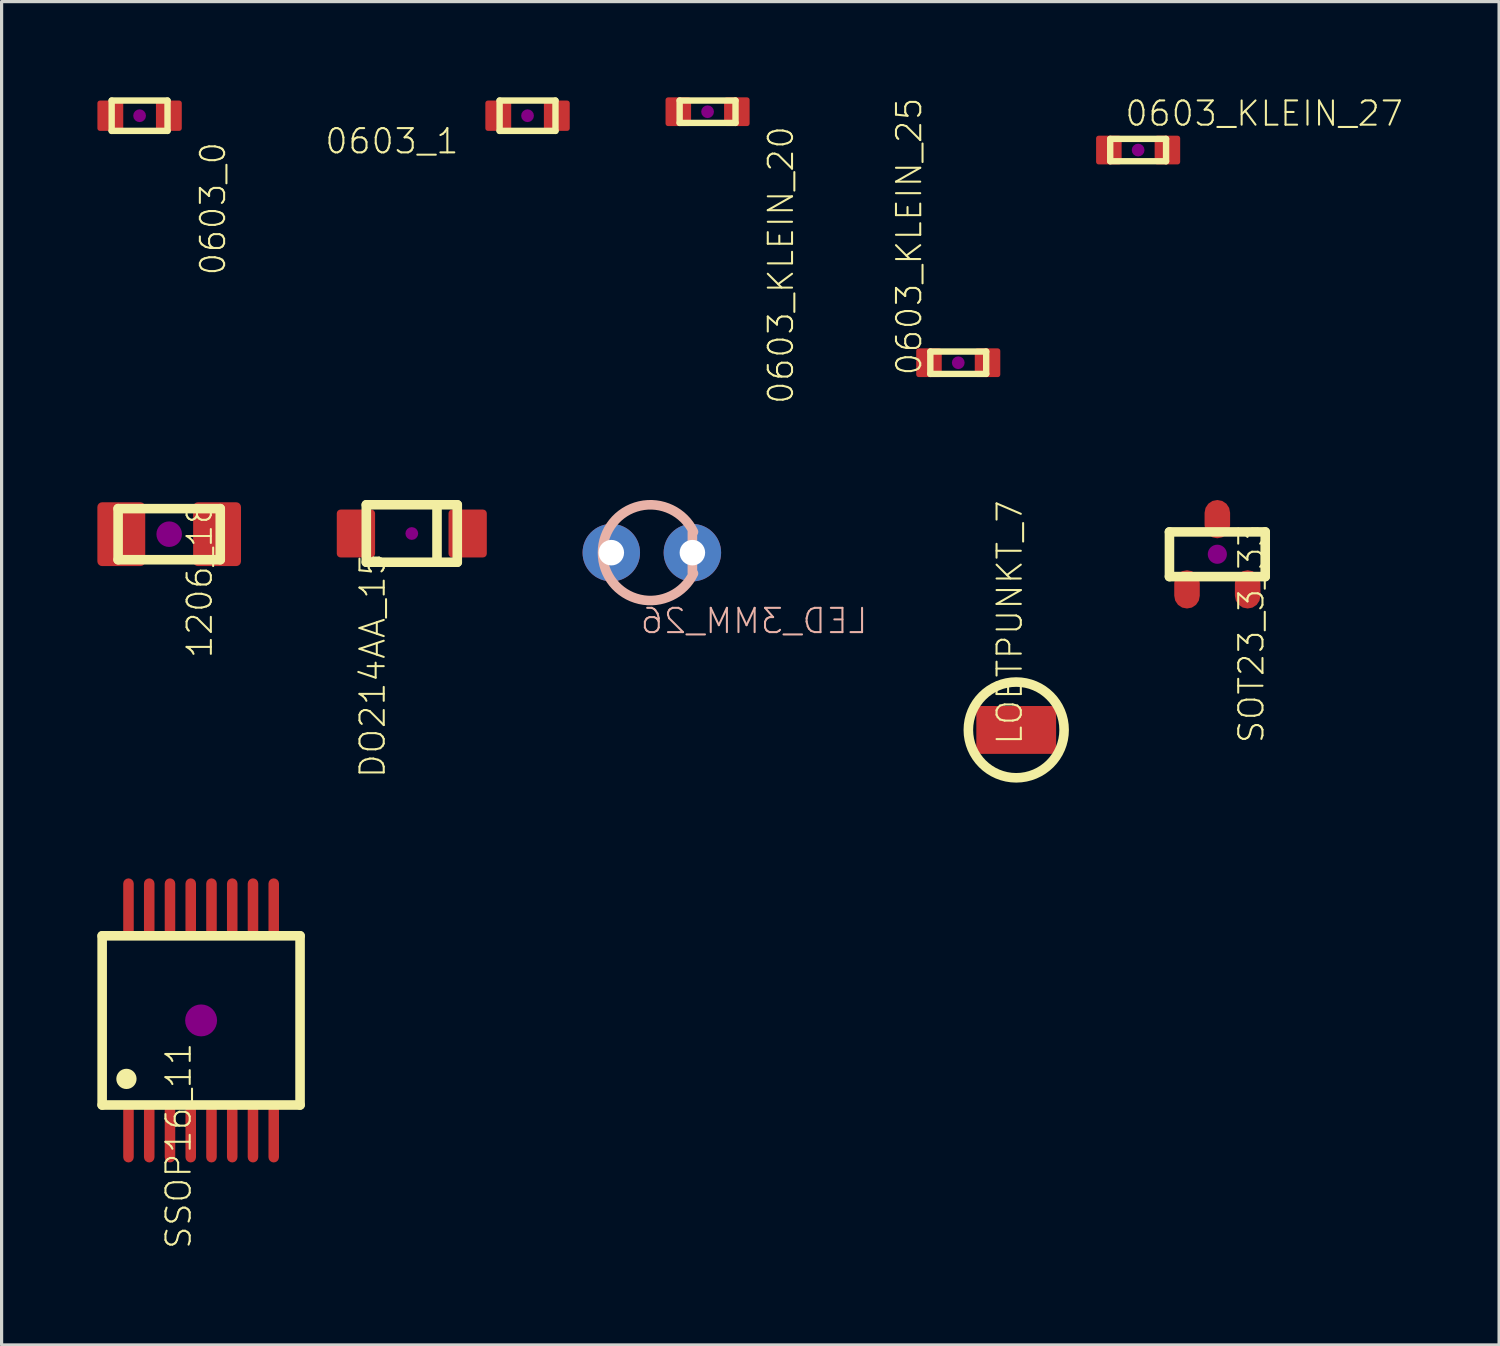
<source format=kicad_pcb>
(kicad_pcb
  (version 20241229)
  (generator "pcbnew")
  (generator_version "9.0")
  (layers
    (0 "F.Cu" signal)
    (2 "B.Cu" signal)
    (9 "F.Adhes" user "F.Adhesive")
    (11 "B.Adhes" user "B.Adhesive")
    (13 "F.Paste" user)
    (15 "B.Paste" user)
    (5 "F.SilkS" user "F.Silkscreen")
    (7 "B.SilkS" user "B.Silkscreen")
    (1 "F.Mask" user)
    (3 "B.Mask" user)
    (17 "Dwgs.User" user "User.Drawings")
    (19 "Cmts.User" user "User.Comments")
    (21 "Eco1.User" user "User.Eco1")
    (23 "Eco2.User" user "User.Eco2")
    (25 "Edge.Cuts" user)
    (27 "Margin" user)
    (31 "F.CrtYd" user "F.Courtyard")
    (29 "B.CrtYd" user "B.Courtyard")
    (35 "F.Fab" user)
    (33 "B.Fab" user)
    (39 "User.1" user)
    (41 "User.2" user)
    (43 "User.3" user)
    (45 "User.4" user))
  (footprint "0603_KLEIN_27"
    (layer "F.Cu")
    (at 32.604 1.651)
    (property "Reference" "0603_KLEIN_27" (at -0.455 -0.699 0) (layer "F.SilkS") (effects (font (size 0.76 0.76) (thickness 0.064)) (justify left bottom)))
    (attr through_hole)
    (fp_line (start -0.875 0.35) (end -0.875 -0.35) (stroke (width 0.2) (type solid)) (layer "F.SilkS"))
    (fp_line (start -0.875 0.35) (end 0.875 0.35) (stroke (width 0.2) (type solid)) (layer "F.SilkS"))
    (fp_line (start 0.875 -0.35) (end -0.875 -0.35) (stroke (width 0.2) (type solid)) (layer "F.SilkS"))
    (fp_line (start 0.875 0.35) (end 0.875 -0.35) (stroke (width 0.2) (type solid)) (layer "F.SilkS"))
    (fp_circle (center 0 0) (end 0.1 0) (stroke (width 0.2) (type solid)) (fill no) (layer "F.Adhes"))
    (pad "1" smd roundrect (at -0.917 0 90) (size 0.9 0.8) (layers "F.Cu" "F.Mask" "F.Paste") (roundrect_rratio 0.1))
    (pad "2" smd roundrect (at 0.917 0 90) (size 0.9 0.8) (layers "F.Cu" "F.Mask" "F.Paste") (roundrect_rratio 0.1)))
  (footprint "0603_KLEIN_25"
    (layer "F.Cu")
    (at 26.969 8.313)
    (property "Reference" "0603_KLEIN_25" (at -1.095 0.449 90) (layer "F.SilkS") (effects (font (size 0.76 0.76) (thickness 0.064)) (justify left bottom)))
    (attr through_hole)
    (fp_line (start -0.875 0.35) (end -0.875 -0.35) (stroke (width 0.2) (type solid)) (layer "F.SilkS"))
    (fp_line (start -0.875 0.35) (end 0.875 0.35) (stroke (width 0.2) (type solid)) (layer "F.SilkS"))
    (fp_line (start 0.875 -0.35) (end -0.875 -0.35) (stroke (width 0.2) (type solid)) (layer "F.SilkS"))
    (fp_line (start 0.875 0.35) (end 0.875 -0.35) (stroke (width 0.2) (type solid)) (layer "F.SilkS"))
    (fp_circle (center 0 0) (end 0.1 0) (stroke (width 0.2) (type solid)) (fill no) (layer "F.Adhes"))
    (pad "1" smd roundrect (at -0.917 0 90) (size 0.9 0.8) (layers "F.Cu" "F.Mask" "F.Paste") (roundrect_rratio 0.1))
    (pad "2" smd roundrect (at 0.917 0 90) (size 0.9 0.8) (layers "F.Cu" "F.Mask" "F.Paste") (roundrect_rratio 0.1)))
  (footprint "LOETPUNKT_7"
    (layer "F.Cu")
    (at 28.785 19.816)
    (property "Reference" "LOETPUNKT_7" (at 0.24 0.51 90) (layer "F.SilkS") (effects (font (size 0.76 0.76) (thickness 0.064)) (justify left bottom)))
    (attr through_hole)
    (fp_circle (center 0 0) (end 1.5 0) (stroke (width 0.3) (type solid)) (fill no) (layer "F.SilkS"))
    (pad "1" smd roundrect (at 0 0) (size 2.5 1.5) (layers "F.Cu" "F.Mask" "F.Paste") (roundrect_rratio 0.1)))
  (footprint "LED_3MM_26"
    (layer "F.Cu")
    (at 17.37 14.263)
    (property "Reference" "LED_3MM_26" (at -0.405 2.585 0) (layer "B.SilkS") (effects (font (size 0.76 0.76) (thickness 0.064)) (justify right bottom mirror)))
    (attr through_hole)
    (fp_line (start 1.27 -0.635) (end 1.27 0.635) (stroke (width 0.3) (type solid)) (layer "B.SilkS"))
    (fp_arc (start 1.304933 0.651903) (mid -1.545999 0) (end 1.304933 -0.651904) (stroke (width 0.3) (type solid)) (layer "B.SilkS"))
    (pad "1" thru_hole circle (at 1.27 0) (size 1.8 1.8) (drill 0.8) (layers "*.Cu" "*.Mask"))
    (pad "2" thru_hole circle (at -1.27 0) (size 1.8 1.8) (drill 0.8) (layers "*.Cu" "*.Mask")))
  (footprint "SSOP16_11"
    (layer "F.Cu")
    (at 3.25 28.916)
    (property "Reference" "SSOP16_11" (at -1.15 0.648 90) (layer "F.SilkS") (effects (font (size 0.76 0.76) (thickness 0.064)) (justify right top)))
    (attr through_hole)
    (fp_poly (pts (xy -2.11 -4.285) (xy -2.123 -4.348) (xy -2.158 -4.402) (xy -2.212 -4.437) (xy -2.275 -4.45) (xy -2.338 -4.437) (xy -2.392 -4.402) (xy -2.427 -4.348) (xy -2.44 -4.285) (xy -2.44 -2.815) (xy -2.427 -2.752) (xy -2.392 -2.698) (xy -2.338 -2.663) (xy -2.275 -2.65) (xy -2.212 -2.663) (xy -2.158 -2.698) (xy -2.123 -2.752) (xy -2.11 -2.815)) (stroke (width 0) (type solid)) (fill yes) (layer "F.Cu"))
    (fp_poly (pts (xy -2.11 2.815) (xy -2.123 2.752) (xy -2.158 2.698) (xy -2.212 2.663) (xy -2.275 2.65) (xy -2.338 2.663) (xy -2.392 2.698) (xy -2.427 2.752) (xy -2.44 2.815) (xy -2.44 4.285) (xy -2.427 4.348) (xy -2.392 4.402) (xy -2.338 4.437) (xy -2.275 4.45) (xy -2.212 4.437) (xy -2.158 4.402) (xy -2.123 4.348) (xy -2.11 4.285)) (stroke (width 0) (type solid)) (fill yes) (layer "F.Cu"))
    (fp_poly (pts (xy -1.46 -4.285) (xy -1.473 -4.348) (xy -1.508 -4.402) (xy -1.562 -4.437) (xy -1.625 -4.45) (xy -1.688 -4.437) (xy -1.742 -4.402) (xy -1.777 -4.348) (xy -1.79 -4.285) (xy -1.79 -2.815) (xy -1.777 -2.752) (xy -1.742 -2.698) (xy -1.688 -2.663) (xy -1.625 -2.65) (xy -1.562 -2.663) (xy -1.508 -2.698) (xy -1.473 -2.752) (xy -1.46 -2.815)) (stroke (width 0) (type solid)) (fill yes) (layer "F.Cu"))
    (fp_poly (pts (xy -1.46 2.815) (xy -1.473 2.752) (xy -1.508 2.698) (xy -1.562 2.663) (xy -1.625 2.65) (xy -1.688 2.663) (xy -1.742 2.698) (xy -1.777 2.752) (xy -1.79 2.815) (xy -1.79 4.285) (xy -1.777 4.348) (xy -1.742 4.402) (xy -1.688 4.437) (xy -1.625 4.45) (xy -1.562 4.437) (xy -1.508 4.402) (xy -1.473 4.348) (xy -1.46 4.285)) (stroke (width 0) (type solid)) (fill yes) (layer "F.Cu"))
    (fp_poly (pts (xy -0.81 -4.285) (xy -0.823 -4.348) (xy -0.858 -4.402) (xy -0.912 -4.437) (xy -0.975 -4.45) (xy -1.038 -4.437) (xy -1.092 -4.402) (xy -1.127 -4.348) (xy -1.14 -4.285) (xy -1.14 -2.815) (xy -1.127 -2.752) (xy -1.092 -2.698) (xy -1.038 -2.663) (xy -0.975 -2.65) (xy -0.912 -2.663) (xy -0.858 -2.698) (xy -0.823 -2.752) (xy -0.81 -2.815)) (stroke (width 0) (type solid)) (fill yes) (layer "F.Cu"))
    (fp_poly (pts (xy -0.81 2.815) (xy -0.823 2.752) (xy -0.858 2.698) (xy -0.912 2.663) (xy -0.975 2.65) (xy -1.038 2.663) (xy -1.092 2.698) (xy -1.127 2.752) (xy -1.14 2.815) (xy -1.14 4.285) (xy -1.127 4.348) (xy -1.092 4.402) (xy -1.038 4.437) (xy -0.975 4.45) (xy -0.912 4.437) (xy -0.858 4.402) (xy -0.823 4.348) (xy -0.81 4.285)) (stroke (width 0) (type solid)) (fill yes) (layer "F.Cu"))
    (fp_poly (pts (xy -0.16 -4.285) (xy -0.173 -4.348) (xy -0.208 -4.402) (xy -0.262 -4.437) (xy -0.325 -4.45) (xy -0.388 -4.437) (xy -0.442 -4.402) (xy -0.477 -4.348) (xy -0.49 -4.285) (xy -0.49 -2.815) (xy -0.477 -2.752) (xy -0.442 -2.698) (xy -0.388 -2.663) (xy -0.325 -2.65) (xy -0.262 -2.663) (xy -0.208 -2.698) (xy -0.173 -2.752) (xy -0.16 -2.815)) (stroke (width 0) (type solid)) (fill yes) (layer "F.Cu"))
    (fp_poly (pts (xy -0.16 2.815) (xy -0.173 2.752) (xy -0.208 2.698) (xy -0.262 2.663) (xy -0.325 2.65) (xy -0.388 2.663) (xy -0.442 2.698) (xy -0.477 2.752) (xy -0.49 2.815) (xy -0.49 4.285) (xy -0.477 4.348) (xy -0.442 4.402) (xy -0.388 4.437) (xy -0.325 4.45) (xy -0.262 4.437) (xy -0.208 4.402) (xy -0.173 4.348) (xy -0.16 4.285)) (stroke (width 0) (type solid)) (fill yes) (layer "F.Cu"))
    (fp_poly (pts (xy 0.49 -4.285) (xy 0.477 -4.348) (xy 0.442 -4.402) (xy 0.388 -4.437) (xy 0.325 -4.45) (xy 0.262 -4.437) (xy 0.208 -4.402) (xy 0.173 -4.348) (xy 0.16 -4.285) (xy 0.16 -2.815) (xy 0.173 -2.752) (xy 0.208 -2.698) (xy 0.262 -2.663) (xy 0.325 -2.65) (xy 0.388 -2.663) (xy 0.442 -2.698) (xy 0.477 -2.752) (xy 0.49 -2.815)) (stroke (width 0) (type solid)) (fill yes) (layer "F.Cu"))
    (fp_poly (pts (xy 0.49 2.815) (xy 0.477 2.752) (xy 0.442 2.698) (xy 0.388 2.663) (xy 0.325 2.65) (xy 0.262 2.663) (xy 0.208 2.698) (xy 0.173 2.752) (xy 0.16 2.815) (xy 0.16 4.285) (xy 0.173 4.348) (xy 0.208 4.402) (xy 0.262 4.437) (xy 0.325 4.45) (xy 0.388 4.437) (xy 0.442 4.402) (xy 0.477 4.348) (xy 0.49 4.285)) (stroke (width 0) (type solid)) (fill yes) (layer "F.Cu"))
    (fp_poly (pts (xy 1.14 -4.285) (xy 1.127 -4.348) (xy 1.092 -4.402) (xy 1.038 -4.437) (xy 0.975 -4.45) (xy 0.912 -4.437) (xy 0.858 -4.402) (xy 0.823 -4.348) (xy 0.81 -4.285) (xy 0.81 -2.815) (xy 0.823 -2.752) (xy 0.858 -2.698) (xy 0.912 -2.663) (xy 0.975 -2.65) (xy 1.038 -2.663) (xy 1.092 -2.698) (xy 1.127 -2.752) (xy 1.14 -2.815)) (stroke (width 0) (type solid)) (fill yes) (layer "F.Cu"))
    (fp_poly (pts (xy 1.14 2.815) (xy 1.127 2.752) (xy 1.092 2.698) (xy 1.038 2.663) (xy 0.975 2.65) (xy 0.912 2.663) (xy 0.858 2.698) (xy 0.823 2.752) (xy 0.81 2.815) (xy 0.81 4.285) (xy 0.823 4.348) (xy 0.858 4.402) (xy 0.912 4.437) (xy 0.975 4.45) (xy 1.038 4.437) (xy 1.092 4.402) (xy 1.127 4.348) (xy 1.14 4.285)) (stroke (width 0) (type solid)) (fill yes) (layer "F.Cu"))
    (fp_poly (pts (xy 1.79 -4.285) (xy 1.777 -4.348) (xy 1.742 -4.402) (xy 1.688 -4.437) (xy 1.625 -4.45) (xy 1.562 -4.437) (xy 1.508 -4.402) (xy 1.473 -4.348) (xy 1.46 -4.285) (xy 1.46 -2.815) (xy 1.473 -2.752) (xy 1.508 -2.698) (xy 1.562 -2.663) (xy 1.625 -2.65) (xy 1.688 -2.663) (xy 1.742 -2.698) (xy 1.777 -2.752) (xy 1.79 -2.815)) (stroke (width 0) (type solid)) (fill yes) (layer "F.Cu"))
    (fp_poly (pts (xy 1.79 2.815) (xy 1.777 2.752) (xy 1.742 2.698) (xy 1.688 2.663) (xy 1.625 2.65) (xy 1.562 2.663) (xy 1.508 2.698) (xy 1.473 2.752) (xy 1.46 2.815) (xy 1.46 4.285) (xy 1.473 4.348) (xy 1.508 4.402) (xy 1.562 4.437) (xy 1.625 4.45) (xy 1.688 4.437) (xy 1.742 4.402) (xy 1.777 4.348) (xy 1.79 4.285)) (stroke (width 0) (type solid)) (fill yes) (layer "F.Cu"))
    (fp_poly (pts (xy 2.44 -4.285) (xy 2.427 -4.348) (xy 2.392 -4.402) (xy 2.338 -4.437) (xy 2.275 -4.45) (xy 2.212 -4.437) (xy 2.158 -4.402) (xy 2.123 -4.348) (xy 2.11 -4.285) (xy 2.11 -2.815) (xy 2.123 -2.752) (xy 2.158 -2.698) (xy 2.212 -2.663) (xy 2.275 -2.65) (xy 2.338 -2.663) (xy 2.392 -2.698) (xy 2.427 -2.752) (xy 2.44 -2.815)) (stroke (width 0) (type solid)) (fill yes) (layer "F.Cu"))
    (fp_poly (pts (xy 2.44 2.815) (xy 2.427 2.752) (xy 2.392 2.698) (xy 2.338 2.663) (xy 2.275 2.65) (xy 2.212 2.663) (xy 2.158 2.698) (xy 2.123 2.752) (xy 2.11 2.815) (xy 2.11 4.285) (xy 2.123 4.348) (xy 2.158 4.402) (xy 2.212 4.437) (xy 2.275 4.45) (xy 2.338 4.437) (xy 2.392 4.402) (xy 2.427 4.348) (xy 2.44 4.285)) (stroke (width 0) (type solid)) (fill yes) (layer "F.Cu"))
    (fp_line (start -3.1 -2.65) (end -3.1 2.65) (stroke (width 0.3) (type solid)) (layer "F.SilkS"))
    (fp_line (start -3.1 2.65) (end 3.1 2.65) (stroke (width 0.3) (type solid)) (layer "F.SilkS"))
    (fp_line (start 3.1 -2.65) (end -3.1 -2.65) (stroke (width 0.3) (type solid)) (layer "F.SilkS"))
    (fp_line (start 3.1 2.65) (end 3.1 -2.65) (stroke (width 0.3) (type solid)) (layer "F.SilkS"))
    (fp_circle (center -2.339 1.832) (end -2.18 1.832) (stroke (width 0.317) (type solid)) (fill no) (layer "F.SilkS"))
    (fp_circle (center 0 0) (end 0.25 0) (stroke (width 0.5) (type solid)) (fill no) (layer "F.Adhes"))
    (pad "1" smd rect (at -2.275 3.55 180) (size 0.165 0.9) (layers "F.Cu" "F.Mask" "F.Paste"))
    (pad "2" smd rect (at -1.625 3.55 180) (size 0.165 0.9) (layers "F.Cu" "F.Mask" "F.Paste"))
    (pad "3" smd rect (at -0.975 3.55 180) (size 0.165 0.9) (layers "F.Cu" "F.Mask" "F.Paste"))
    (pad "4" smd rect (at -0.325 3.55 180) (size 0.165 0.9) (layers "F.Cu" "F.Mask" "F.Paste"))
    (pad "5" smd rect (at 0.325 3.55 180) (size 0.165 0.9) (layers "F.Cu" "F.Mask" "F.Paste"))
    (pad "6" smd rect (at 0.975 3.55 180) (size 0.165 0.9) (layers "F.Cu" "F.Mask" "F.Paste"))
    (pad "7" smd rect (at 1.625 3.55 180) (size 0.165 0.9) (layers "F.Cu" "F.Mask" "F.Paste"))
    (pad "8" smd rect (at 2.275 3.55 180) (size 0.165 0.9) (layers "F.Cu" "F.Mask" "F.Paste"))
    (pad "9" smd rect (at 2.275 -3.55 180) (size 0.165 0.9) (layers "F.Cu" "F.Mask" "F.Paste"))
    (pad "10" smd rect (at 1.625 -3.55 180) (size 0.165 0.9) (layers "F.Cu" "F.Mask" "F.Paste"))
    (pad "11" smd rect (at 0.975 -3.55 180) (size 0.165 0.9) (layers "F.Cu" "F.Mask" "F.Paste"))
    (pad "12" smd rect (at 0.325 -3.55 180) (size 0.165 0.9) (layers "F.Cu" "F.Mask" "F.Paste"))
    (pad "13" smd rect (at -0.325 -3.55 180) (size 0.165 0.9) (layers "F.Cu" "F.Mask" "F.Paste"))
    (pad "14" smd rect (at -0.975 -3.55 180) (size 0.165 0.9) (layers "F.Cu" "F.Mask" "F.Paste"))
    (pad "15" smd rect (at -1.625 -3.55 180) (size 0.165 0.9) (layers "F.Cu" "F.Mask" "F.Paste"))
    (pad "16" smd rect (at -2.275 -3.55 180) (size 0.165 0.9) (layers "F.Cu" "F.Mask" "F.Paste")))
  (footprint "SOT23_3_33"
    (layer "F.Cu")
    (at 35.085 14.313)
    (property "Reference" "SOT23_3_33" (at 0.621 -0.99 90) (layer "F.SilkS") (effects (font (size 0.76 0.76) (thickness 0.064)) (justify right top)))
    (attr through_hole)
    (fp_poly (pts (xy -1.35 1.3) (xy -1.32 1.453) (xy -1.233 1.583) (xy -1.103 1.67) (xy -0.95 1.7) (xy -0.797 1.67) (xy -0.667 1.583) (xy -0.58 1.453) (xy -0.55 1.3) (xy -0.55 0.9) (xy -0.58 0.747) (xy -0.667 0.617) (xy -0.797 0.53) (xy -0.95 0.5) (xy -1.103 0.53) (xy -1.233 0.617) (xy -1.32 0.747) (xy -1.35 0.9)) (stroke (width 0) (type solid)) (fill yes) (layer "F.Cu"))
    (fp_poly (pts (xy -0.4 -0.9) (xy -0.37 -0.747) (xy -0.283 -0.617) (xy -0.153 -0.53) (xy 0 -0.5) (xy 0.153 -0.53) (xy 0.283 -0.617) (xy 0.37 -0.747) (xy 0.4 -0.9) (xy 0.4 -1.3) (xy 0.37 -1.453) (xy 0.283 -1.583) (xy 0.153 -1.67) (xy 0 -1.7) (xy -0.153 -1.67) (xy -0.283 -1.583) (xy -0.37 -1.453) (xy -0.4 -1.3)) (stroke (width 0) (type solid)) (fill yes) (layer "F.Cu"))
    (fp_poly (pts (xy 0.55 1.3) (xy 0.58 1.453) (xy 0.667 1.583) (xy 0.797 1.67) (xy 0.95 1.7) (xy 1.103 1.67) (xy 1.233 1.583) (xy 1.32 1.453) (xy 1.35 1.3) (xy 1.35 0.9) (xy 1.32 0.747) (xy 1.233 0.617) (xy 1.103 0.53) (xy 0.95 0.5) (xy 0.797 0.53) (xy 0.667 0.617) (xy 0.58 0.747) (xy 0.55 0.9)) (stroke (width 0) (type solid)) (fill yes) (layer "F.Cu"))
    (fp_line (start -1.5 -0.7) (end 1.5 -0.7) (stroke (width 0.3) (type solid)) (layer "F.SilkS"))
    (fp_line (start -1.5 0.7) (end -1.5 -0.7) (stroke (width 0.3) (type solid)) (layer "F.SilkS"))
    (fp_line (start 1.5 -0.7) (end 1.5 0.7) (stroke (width 0.3) (type solid)) (layer "F.SilkS"))
    (fp_line (start 1.5 0.7) (end -1.5 0.7) (stroke (width 0.3) (type solid)) (layer "F.SilkS"))
    (fp_circle (center 0 0) (end 0.15 0) (stroke (width 0.3) (type solid)) (fill no) (layer "F.Adhes"))
    (pad "1" smd rect (at -0.95 1.1) (size 0.4 0.6) (layers "F.Cu" "F.Mask" "F.Paste"))
    (pad "2" smd rect (at 0.95 1.1) (size 0.4 0.6) (layers "F.Cu" "F.Mask" "F.Paste"))
    (pad "3" smd rect (at 0 -1.1) (size 0.4 0.6) (layers "F.Cu" "F.Mask" "F.Paste")))
  (footprint "1206_18"
    (layer "F.Cu")
    (at 2.25 13.684)
    (property "Reference" "1206_18" (at 0.512 -1.071 90) (layer "F.SilkS") (effects (font (size 0.76 0.76) (thickness 0.064)) (justify right top)))
    (attr through_hole)
    (fp_line (start -1.6 -0.8) (end 1.6 -0.8) (stroke (width 0.3) (type solid)) (layer "F.SilkS"))
    (fp_line (start -1.6 0.8) (end -1.6 -0.8) (stroke (width 0.3) (type solid)) (layer "F.SilkS"))
    (fp_line (start 1.6 -0.8) (end 1.6 0.8) (stroke (width 0.3) (type solid)) (layer "F.SilkS"))
    (fp_line (start 1.6 0.8) (end -1.6 0.8) (stroke (width 0.3) (type solid)) (layer "F.SilkS"))
    (fp_circle (center 0 0) (end 0.2 0) (stroke (width 0.4) (type solid)) (fill no) (layer "F.Adhes"))
    (pad "1" smd roundrect (at -1.5 0) (size 1.5 2) (layers "F.Cu" "F.Mask" "F.Paste") (roundrect_rratio 0.1))
    (pad "2" smd roundrect (at 1.5 0) (size 1.5 2) (layers "F.Cu" "F.Mask" "F.Paste") (roundrect_rratio 0.1)))
  (footprint "DO214AA_15"
    (layer "F.Cu")
    (at 9.85 13.663)
    (property "Reference" "DO214AA_15" (at -1.672 0.566 90) (layer "F.SilkS") (effects (font (size 0.76 0.76) (thickness 0.064)) (justify right top)))
    (attr through_hole)
    (fp_line (start -1.425 -0.9) (end 1.425 -0.9) (stroke (width 0.3) (type solid)) (layer "F.SilkS"))
    (fp_line (start -1.425 0.9) (end -1.425 -0.9) (stroke (width 0.3) (type solid)) (layer "F.SilkS"))
    (fp_line (start 0.79 -0.9) (end 0.79 0.9) (stroke (width 0.3) (type solid)) (layer "F.SilkS"))
    (fp_line (start 1.425 -0.9) (end 1.425 0.9) (stroke (width 0.3) (type solid)) (layer "F.SilkS"))
    (fp_line (start 1.425 0.9) (end -1.425 0.9) (stroke (width 0.3) (type solid)) (layer "F.SilkS"))
    (fp_circle (center 0 0) (end 0.1 0) (stroke (width 0.2) (type solid)) (fill no) (layer "F.Adhes"))
    (pad "1" smd roundrect (at -1.75 0) (size 1.2 1.5) (layers "F.Cu" "F.Mask" "F.Paste") (roundrect_rratio 0.1))
    (pad "2" smd roundrect (at 1.75 0) (size 1.2 1.5) (layers "F.Cu" "F.Mask" "F.Paste") (roundrect_rratio 0.1)))
  (footprint "0603_KLEIN_20"
    (layer "F.Cu")
    (at 19.116 0.45)
    (property "Reference" "0603_KLEIN_20" (at 1.853 0.401 90) (layer "F.SilkS") (effects (font (size 0.76 0.76) (thickness 0.064)) (justify right top)))
    (attr through_hole)
    (fp_line (start -0.875 0.35) (end -0.875 -0.35) (stroke (width 0.2) (type solid)) (layer "F.SilkS"))
    (fp_line (start -0.875 0.35) (end 0.875 0.35) (stroke (width 0.2) (type solid)) (layer "F.SilkS"))
    (fp_line (start 0.875 -0.35) (end -0.875 -0.35) (stroke (width 0.2) (type solid)) (layer "F.SilkS"))
    (fp_line (start 0.875 0.35) (end 0.875 -0.35) (stroke (width 0.2) (type solid)) (layer "F.SilkS"))
    (fp_circle (center 0 0) (end 0.1 0) (stroke (width 0.2) (type solid)) (fill no) (layer "F.Adhes"))
    (pad "1" smd roundrect (at -0.917 0 90) (size 0.9 0.8) (layers "F.Cu" "F.Mask" "F.Paste") (roundrect_rratio 0.1))
    (pad "2" smd roundrect (at 0.917 0 90) (size 0.9 0.8) (layers "F.Cu" "F.Mask" "F.Paste") (roundrect_rratio 0.1)))
  (footprint "0603_1"
    (layer "F.Cu")
    (at 13.476 0.575)
    (property "Reference" "0603_1" (at -2.108 0.355 0) (layer "F.SilkS") (effects (font (size 0.76 0.76) (thickness 0.064)) (justify right top)))
    (attr through_hole)
    (fp_line (start -0.875 -0.475) (end -0.875 0.475) (stroke (width 0.2) (type solid)) (layer "F.SilkS"))
    (fp_line (start -0.875 0.475) (end 0.875 0.475) (stroke (width 0.2) (type solid)) (layer "F.SilkS"))
    (fp_line (start 0.875 -0.475) (end -0.875 -0.475) (stroke (width 0.2) (type solid)) (layer "F.SilkS"))
    (fp_line (start 0.875 -0.475) (end 0.875 0.475) (stroke (width 0.2) (type solid)) (layer "F.SilkS"))
    (fp_circle (center 0 0) (end 0.1 0) (stroke (width 0.2) (type solid)) (fill no) (layer "F.Adhes"))
    (pad "1" smd roundrect (at -0.917 0 90) (size 0.95 0.81) (layers "F.Cu" "F.Mask" "F.Paste") (roundrect_rratio 0.1))
    (pad "2" smd roundrect (at 0.917 0 90) (size 0.95 0.81) (layers "F.Cu" "F.Mask" "F.Paste") (roundrect_rratio 0.1)))
  (footprint "0603_0"
    (layer "F.Cu")
    (at 1.323 0.575)
    (property "Reference" "0603_0" (at 1.855 0.772 90) (layer "F.SilkS") (effects (font (size 0.76 0.76) (thickness 0.064)) (justify right top)))
    (attr through_hole)
    (fp_line (start -0.875 -0.475) (end -0.875 0.475) (stroke (width 0.2) (type solid)) (layer "F.SilkS"))
    (fp_line (start -0.875 0.475) (end 0.875 0.475) (stroke (width 0.2) (type solid)) (layer "F.SilkS"))
    (fp_line (start 0.875 -0.475) (end -0.875 -0.475) (stroke (width 0.2) (type solid)) (layer "F.SilkS"))
    (fp_line (start 0.875 -0.475) (end 0.875 0.475) (stroke (width 0.2) (type solid)) (layer "F.SilkS"))
    (fp_circle (center 0 0) (end 0.1 0) (stroke (width 0.2) (type solid)) (fill no) (layer "F.Adhes"))
    (pad "1" smd roundrect (at -0.917 0 90) (size 0.95 0.81) (layers "F.Cu" "F.Mask" "F.Paste") (roundrect_rratio 0.1))
    (pad "2" smd roundrect (at 0.917 0 90) (size 0.95 0.81) (layers "F.Cu" "F.Mask" "F.Paste") (roundrect_rratio 0.1)))
  (gr_rect
    (start -3 -3)
    (end 43.911 39.082)
    (stroke (width 0.1) (type default))
    (fill no)
    (layer "Edge.Cuts")))
</source>
